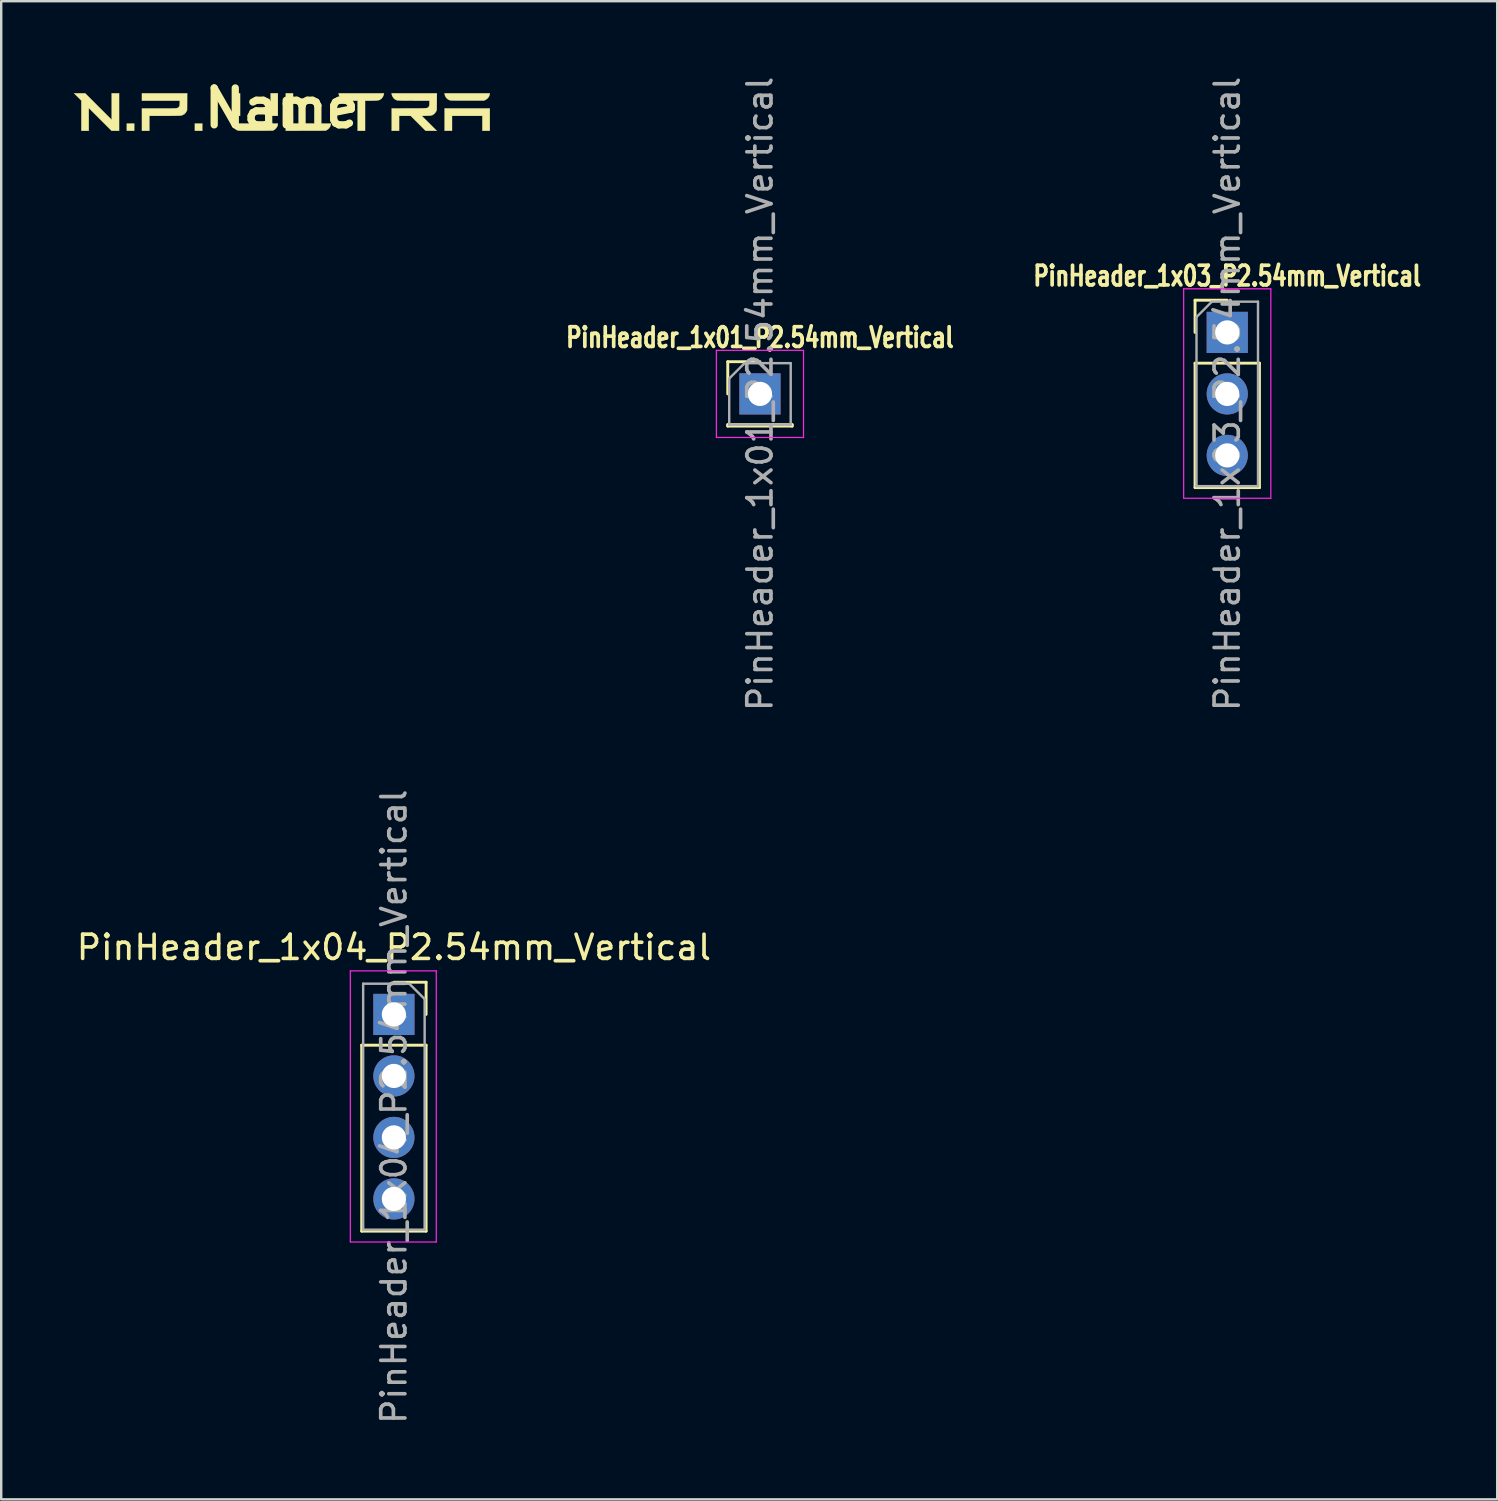
<source format=kicad_pcb>
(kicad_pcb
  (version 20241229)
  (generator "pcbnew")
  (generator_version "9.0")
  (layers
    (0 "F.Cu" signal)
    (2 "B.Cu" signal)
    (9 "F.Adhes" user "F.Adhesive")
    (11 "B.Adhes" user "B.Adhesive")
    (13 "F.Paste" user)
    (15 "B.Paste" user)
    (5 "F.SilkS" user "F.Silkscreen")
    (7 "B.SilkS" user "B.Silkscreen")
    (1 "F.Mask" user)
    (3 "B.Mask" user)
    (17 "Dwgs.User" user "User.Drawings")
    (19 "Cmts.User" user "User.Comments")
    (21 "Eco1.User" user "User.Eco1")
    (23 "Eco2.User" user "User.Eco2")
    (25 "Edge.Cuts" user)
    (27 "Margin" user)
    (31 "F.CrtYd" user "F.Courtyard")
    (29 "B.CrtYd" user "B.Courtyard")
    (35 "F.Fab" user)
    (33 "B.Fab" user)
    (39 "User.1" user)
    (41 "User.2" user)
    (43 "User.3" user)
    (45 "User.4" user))
  (footprint "PinHeader_1x01_P2.54mm_Vertical"
    (layer "F.Cu")
    (at 28.34 13.22)
    (property "Reference" "PinHeader_1x01_P2.54mm_Vertical" (at 0 -2.33 0) (layer "F.SilkS") (effects (font (size 0.813 0.61) (thickness 0.152))))
    (attr through_hole)
    (fp_line (start -1.33 -1.33) (end 0 -1.33) (stroke (width 0.12) (type solid)) (layer "F.SilkS"))
    (fp_line (start -1.33 0) (end -1.33 -1.33) (stroke (width 0.12) (type solid)) (layer "F.SilkS"))
    (fp_line (start -1.33 1.27) (end -1.33 1.33) (stroke (width 0.12) (type solid)) (layer "F.SilkS"))
    (fp_line (start -1.33 1.27) (end 1.33 1.27) (stroke (width 0.12) (type solid)) (layer "F.SilkS"))
    (fp_line (start -1.33 1.33) (end 1.33 1.33) (stroke (width 0.12) (type solid)) (layer "F.SilkS"))
    (fp_line (start 1.33 1.27) (end 1.33 1.33) (stroke (width 0.12) (type solid)) (layer "F.SilkS"))
    (fp_line (start -1.8 -1.8) (end -1.8 1.8) (stroke (width 0.05) (type solid)) (layer "F.CrtYd"))
    (fp_line (start -1.8 1.8) (end 1.8 1.8) (stroke (width 0.05) (type solid)) (layer "F.CrtYd"))
    (fp_line (start 1.8 -1.8) (end -1.8 -1.8) (stroke (width 0.05) (type solid)) (layer "F.CrtYd"))
    (fp_line (start 1.8 1.8) (end 1.8 -1.8) (stroke (width 0.05) (type solid)) (layer "F.CrtYd"))
    (fp_line (start -1.27 -0.635) (end -0.635 -1.27) (stroke (width 0.1) (type solid)) (layer "F.Fab"))
    (fp_line (start -1.27 1.27) (end -1.27 -0.635) (stroke (width 0.1) (type solid)) (layer "F.Fab"))
    (fp_line (start -0.635 -1.27) (end 1.27 -1.27) (stroke (width 0.1) (type solid)) (layer "F.Fab"))
    (fp_line (start 1.27 -1.27) (end 1.27 1.27) (stroke (width 0.1) (type solid)) (layer "F.Fab"))
    (fp_line (start 1.27 1.27) (end -1.27 1.27) (stroke (width 0.1) (type solid)) (layer "F.Fab"))
    (fp_text user "${REFERENCE}" (at 0 0 90) (layer "F.Fab") (effects (font (size 1 1) (thickness 0.15))))
    (pad "1" thru_hole rect (at 0 0) (size 1.7 1.7) (drill 1) (layers "*.Cu" "*.Mask")))
  (footprint "Name"
    (layer "F.Cu")
    (at 8.591 1.418)
    (property "Reference" "Name" (at 0 0 0) (layer "F.SilkS") (effects (font (size 1.524 1.524) (thickness 0.3))))
    (attr through_hole)
    (fp_poly (pts (xy -6.096 0.934) (xy -6.404 0.934) (xy -6.404 0.635) (xy -6.096 0.635) (xy -6.096 0.934)) (stroke (width 0.01) (type solid)) (fill yes) (layer "F.SilkS"))
    (fp_poly (pts (xy -3.284 0.934) (xy -3.592 0.934) (xy -3.592 0.635) (xy -3.284 0.635) (xy -3.284 0.934)) (stroke (width 0.01) (type solid)) (fill yes) (layer "F.SilkS"))
    (fp_poly (pts (xy -0.163 0.318) (xy -0.463 0.318) (xy -0.463 -0.617) (xy -0.163 -0.617) (xy -0.163 0.318)) (stroke (width 0.01) (type solid)) (fill yes) (layer "F.SilkS"))
    (fp_poly (pts (xy 8.591 0.934) (xy 8.282 0.934) (xy 8.282 0.318) (xy 7.03 0.318) (xy 7.03 0.934) (xy 6.722 0.934) (xy 6.722 0.009) (xy 8.591 0.009) (xy 8.591 0.934)) (stroke (width 0.01) (type solid)) (fill yes) (layer "F.SilkS"))
    (fp_poly (pts (xy 0.465 0.007) (xy 0.467 0.63) (xy 2.029 0.635) (xy 2.022 0.681) (xy 2.002 0.75) (xy 1.966 0.812) (xy 1.916 0.865) (xy 1.856 0.906) (xy 1.81 0.93) (xy 0.163 0.935) (xy 0.163 -0.617) (xy 0.463 -0.617) (xy 0.465 0.007)) (stroke (width 0.01) (type solid)) (fill yes) (layer "F.SilkS"))
    (fp_poly (pts (xy -7.577 -0.07) (xy -7.03 0.476) (xy -7.03 -0.617) (xy -6.722 -0.617) (xy -6.722 0.934) (xy -7.035 0.934) (xy -7.504 0.465) (xy -7.974 -0.004) (xy -7.974 0.934) (xy -8.282 0.934) (xy -8.282 -0.313) (xy -8.434 -0.465) (xy -8.586 -0.617) (xy -8.124 -0.617) (xy -7.577 -0.07)) (stroke (width 0.01) (type solid)) (fill yes) (layer "F.SilkS"))
    (fp_poly (pts (xy -1.724 0.318) (xy -1.872 0.318) (xy -1.922 0.317) (xy -1.965 0.316) (xy -1.999 0.315) (xy -2.021 0.313) (xy -2.026 0.311) (xy -2.027 0.301) (xy -2.028 0.275) (xy -2.029 0.234) (xy -2.03 0.18) (xy -2.031 0.115) (xy -2.031 0.04) (xy -2.032 -0.042) (xy -2.032 -0.131) (xy -2.032 -0.156) (xy -2.032 -0.617) (xy -1.724 -0.617) (xy -1.724 0.318)) (stroke (width 0.01) (type solid)) (fill yes) (layer "F.SilkS"))
    (fp_poly (pts (xy 8.587 -0.574) (xy 8.569 -0.508) (xy 8.536 -0.448) (xy 8.488 -0.394) (xy 8.428 -0.351) (xy 8.402 -0.337) (xy 8.35 -0.313) (xy 7.684 -0.312) (xy 7.574 -0.311) (xy 7.469 -0.312) (xy 7.37 -0.312) (xy 7.278 -0.312) (xy 7.196 -0.313) (xy 7.124 -0.314) (xy 7.064 -0.314) (xy 7.018 -0.315) (xy 6.987 -0.317) (xy 6.973 -0.318) (xy 6.906 -0.338) (xy 6.846 -0.374) (xy 6.808 -0.409) (xy 6.765 -0.465) (xy 6.737 -0.526) (xy 6.726 -0.574) (xy 6.72 -0.617) (xy 8.593 -0.617) (xy 8.587 -0.574)) (stroke (width 0.01) (type solid)) (fill yes) (layer "F.SilkS"))
    (fp_poly (pts (xy -0.163 0.661) (xy -0.171 0.713) (xy -0.194 0.767) (xy -0.229 0.819) (xy -0.272 0.865) (xy -0.323 0.901) (xy -0.33 0.905) (xy -0.376 0.93) (xy -1.084 0.932) (xy -1.214 0.932) (xy -1.327 0.932) (xy -1.425 0.932) (xy -1.508 0.932) (xy -1.578 0.932) (xy -1.637 0.932) (xy -1.684 0.931) (xy -1.723 0.93) (xy -1.753 0.929) (xy -1.777 0.928) (xy -1.796 0.926) (xy -1.81 0.924) (xy -1.821 0.921) (xy -1.831 0.918) (xy -1.839 0.915) (xy -1.897 0.884) (xy -1.947 0.838) (xy -1.987 0.781) (xy -2.014 0.717) (xy -2.022 0.68) (xy -2.029 0.635) (xy -0.163 0.635) (xy -0.163 0.661)) (stroke (width 0.01) (type solid)) (fill yes) (layer "F.SilkS"))
    (fp_poly (pts (xy 4.214 -0.578) (xy 4.201 -0.53) (xy 4.178 -0.479) (xy 4.149 -0.432) (xy 4.118 -0.396) (xy 4.116 -0.394) (xy 4.088 -0.372) (xy 4.061 -0.353) (xy 4.032 -0.339) (xy 4 -0.328) (xy 3.961 -0.32) (xy 3.914 -0.314) (xy 3.856 -0.311) (xy 3.785 -0.309) (xy 3.699 -0.308) (xy 3.672 -0.308) (xy 3.438 -0.308) (xy 3.438 0.934) (xy 3.13 0.934) (xy 3.13 -0.307) (xy 2.86 -0.31) (xy 2.782 -0.311) (xy 2.72 -0.312) (xy 2.672 -0.314) (xy 2.635 -0.315) (xy 2.607 -0.317) (xy 2.585 -0.32) (xy 2.567 -0.324) (xy 2.552 -0.329) (xy 2.538 -0.334) (xy 2.481 -0.366) (xy 2.43 -0.411) (xy 2.39 -0.466) (xy 2.363 -0.526) (xy 2.352 -0.572) (xy 2.347 -0.617) (xy 4.22 -0.617) (xy 4.214 -0.578)) (stroke (width 0.01) (type solid)) (fill yes) (layer "F.SilkS"))
    (fp_poly (pts (xy -3.914 0.086) (xy -3.939 0.137) (xy -3.98 0.2) (xy -4.032 0.249) (xy -4.096 0.285) (xy -4.169 0.307) (xy -4.179 0.308) (xy -4.2 0.31) (xy -4.237 0.311) (xy -4.289 0.313) (xy -4.355 0.314) (xy -4.434 0.315) (xy -4.523 0.316) (xy -4.621 0.317) (xy -4.728 0.317) (xy -4.841 0.317) (xy -4.855 0.317) (xy -5.47 0.318) (xy -5.47 0.934) (xy -5.779 0.934) (xy -5.779 0.009) (xy -5.064 0.009) (xy -4.933 0.009) (xy -4.819 0.009) (xy -4.721 0.009) (xy -4.636 0.008) (xy -4.566 0.008) (xy -4.507 0.007) (xy -4.459 0.006) (xy -4.42 0.005) (xy -4.389 0.004) (xy -4.366 0.003) (xy -4.348 0.001) (xy -4.335 -0.001) (xy -4.325 -0.004) (xy -4.317 -0.007) (xy -4.313 -0.008) (xy -4.277 -0.028) (xy -4.251 -0.052) (xy -4.234 -0.083) (xy -4.223 -0.124) (xy -4.219 -0.178) (xy -4.218 -0.214) (xy -4.218 -0.308) (xy -5.779 -0.308) (xy -5.779 -0.617) (xy -3.909 -0.617) (xy -3.914 0.086)) (stroke (width 0.01) (type solid)) (fill yes) (layer "F.SilkS"))
    (fp_poly (pts (xy 6.403 -0.27) (xy 6.4 0.077) (xy 6.374 0.132) (xy 6.339 0.189) (xy 6.291 0.239) (xy 6.236 0.277) (xy 6.207 0.291) (xy 6.187 0.298) (xy 6.166 0.303) (xy 6.141 0.307) (xy 6.109 0.31) (xy 6.067 0.313) (xy 6.012 0.314) (xy 5.97 0.315) (xy 5.785 0.32) (xy 6.093 0.627) (xy 6.4 0.934) (xy 5.937 0.934) (xy 5.629 0.626) (xy 5.32 0.318) (xy 4.844 0.318) (xy 4.844 0.934) (xy 4.536 0.934) (xy 4.536 0.009) (xy 5.259 0.007) (xy 5.394 0.007) (xy 5.512 0.006) (xy 5.614 0.006) (xy 5.701 0.005) (xy 5.775 0.004) (xy 5.837 0.003) (xy 5.889 0.002) (xy 5.93 -0.001) (xy 5.963 -0.003) (xy 5.989 -0.007) (xy 6.009 -0.011) (xy 6.024 -0.017) (xy 6.035 -0.023) (xy 6.043 -0.031) (xy 6.051 -0.04) (xy 6.058 -0.05) (xy 6.066 -0.06) (xy 6.077 -0.076) (xy 6.084 -0.091) (xy 6.089 -0.109) (xy 6.092 -0.135) (xy 6.094 -0.173) (xy 6.094 -0.201) (xy 6.098 -0.308) (xy 5.473 -0.308) (xy 5.361 -0.309) (xy 5.254 -0.309) (xy 5.155 -0.31) (xy 5.065 -0.31) (xy 4.985 -0.311) (xy 4.917 -0.313) (xy 4.863 -0.314) (xy 4.823 -0.315) (xy 4.799 -0.317) (xy 4.795 -0.317) (xy 4.758 -0.326) (xy 4.721 -0.337) (xy 4.704 -0.344) (xy 4.65 -0.38) (xy 4.603 -0.429) (xy 4.567 -0.487) (xy 4.544 -0.55) (xy 4.539 -0.575) (xy 4.533 -0.617) (xy 6.405 -0.617) (xy 6.403 -0.27)) (stroke (width 0.01) (type solid)) (fill yes) (layer "F.SilkS")))
  (footprint "PinHeader_1x03_P2.54mm_Vertical"
    (layer "F.Cu")
    (at 47.641 10.68)
    (property "Reference" "PinHeader_1x03_P2.54mm_Vertical" (at 0 -2.33 0) (layer "F.SilkS") (effects (font (size 0.813 0.61) (thickness 0.152))))
    (attr through_hole)
    (fp_line (start -1.33 -1.33) (end 0 -1.33) (stroke (width 0.12) (type solid)) (layer "F.SilkS"))
    (fp_line (start -1.33 0) (end -1.33 -1.33) (stroke (width 0.12) (type solid)) (layer "F.SilkS"))
    (fp_line (start -1.33 1.27) (end -1.33 6.41) (stroke (width 0.12) (type solid)) (layer "F.SilkS"))
    (fp_line (start -1.33 1.27) (end 1.33 1.27) (stroke (width 0.12) (type solid)) (layer "F.SilkS"))
    (fp_line (start -1.33 6.41) (end 1.33 6.41) (stroke (width 0.12) (type solid)) (layer "F.SilkS"))
    (fp_line (start 1.33 1.27) (end 1.33 6.41) (stroke (width 0.12) (type solid)) (layer "F.SilkS"))
    (fp_line (start -1.8 -1.8) (end -1.8 6.85) (stroke (width 0.05) (type solid)) (layer "F.CrtYd"))
    (fp_line (start -1.8 6.85) (end 1.8 6.85) (stroke (width 0.05) (type solid)) (layer "F.CrtYd"))
    (fp_line (start 1.8 -1.8) (end -1.8 -1.8) (stroke (width 0.05) (type solid)) (layer "F.CrtYd"))
    (fp_line (start 1.8 6.85) (end 1.8 -1.8) (stroke (width 0.05) (type solid)) (layer "F.CrtYd"))
    (fp_line (start -1.27 -0.635) (end -0.635 -1.27) (stroke (width 0.1) (type solid)) (layer "F.Fab"))
    (fp_line (start -1.27 6.35) (end -1.27 -0.635) (stroke (width 0.1) (type solid)) (layer "F.Fab"))
    (fp_line (start -0.635 -1.27) (end 1.27 -1.27) (stroke (width 0.1) (type solid)) (layer "F.Fab"))
    (fp_line (start 1.27 -1.27) (end 1.27 6.35) (stroke (width 0.1) (type solid)) (layer "F.Fab"))
    (fp_line (start 1.27 6.35) (end -1.27 6.35) (stroke (width 0.1) (type solid)) (layer "F.Fab"))
    (fp_text user "${REFERENCE}" (at 0 2.54 90) (layer "F.Fab") (effects (font (size 1 1) (thickness 0.15))))
    (pad "1" thru_hole rect (at 0 0) (size 1.7 1.7) (drill 1) (layers "*.Cu" "*.Mask"))
    (pad "2" thru_hole oval (at 0 2.54) (size 1.7 1.7) (drill 1) (layers "*.Cu" "*.Mask"))
    (pad "3" thru_hole oval (at 0 5.08) (size 1.7 1.7) (drill 1) (layers "*.Cu" "*.Mask")))
  (footprint "PinHeader_1x04_P2.54mm_Vertical"
    (layer "F.Cu")
    (at 13.22 38.851)
    (property "Reference" "PinHeader_1x04_P2.54mm_Vertical" (at 0 -2.77 0) (layer "F.SilkS") (effects (font (size 1 1) (thickness 0.15))))
    (attr through_hole)
    (fp_line (start -1.33 1.27) (end -1.33 8.95) (stroke (width 0.12) (type solid)) (layer "F.SilkS"))
    (fp_line (start -1.33 1.27) (end 1.33 1.27) (stroke (width 0.12) (type solid)) (layer "F.SilkS"))
    (fp_line (start -1.33 8.95) (end 1.33 8.95) (stroke (width 0.12) (type solid)) (layer "F.SilkS"))
    (fp_line (start 0 -1.33) (end 1.33 -1.33) (stroke (width 0.12) (type solid)) (layer "F.SilkS"))
    (fp_line (start 1.33 -1.33) (end 1.33 0) (stroke (width 0.12) (type solid)) (layer "F.SilkS"))
    (fp_line (start 1.33 1.27) (end 1.33 8.95) (stroke (width 0.12) (type solid)) (layer "F.SilkS"))
    (fp_line (start -1.8 -1.8) (end 1.75 -1.8) (stroke (width 0.05) (type solid)) (layer "F.CrtYd"))
    (fp_line (start -1.8 9.4) (end -1.8 -1.8) (stroke (width 0.05) (type solid)) (layer "F.CrtYd"))
    (fp_line (start 1.75 -1.8) (end 1.75 9.4) (stroke (width 0.05) (type solid)) (layer "F.CrtYd"))
    (fp_line (start 1.75 9.4) (end -1.8 9.4) (stroke (width 0.05) (type solid)) (layer "F.CrtYd"))
    (fp_line (start -1.27 -1.27) (end 0.635 -1.27) (stroke (width 0.1) (type solid)) (layer "F.Fab"))
    (fp_line (start -1.27 8.89) (end -1.27 -1.27) (stroke (width 0.1) (type solid)) (layer "F.Fab"))
    (fp_line (start 0.635 -1.27) (end 1.27 -0.635) (stroke (width 0.1) (type solid)) (layer "F.Fab"))
    (fp_line (start 1.27 -0.635) (end 1.27 8.89) (stroke (width 0.1) (type solid)) (layer "F.Fab"))
    (fp_line (start 1.27 8.89) (end -1.27 8.89) (stroke (width 0.1) (type solid)) (layer "F.Fab"))
    (fp_text user "${REFERENCE}" (at 0 3.81 90) (layer "F.Fab") (effects (font (size 1 1) (thickness 0.15))))
    (pad "1" thru_hole rect (at 0 0) (size 1.7 1.7) (drill 1) (layers "*.Cu" "*.Mask"))
    (pad "2" thru_hole oval (at 0 2.54) (size 1.7 1.7) (drill 1) (layers "*.Cu" "*.Mask"))
    (pad "3" thru_hole oval (at 0 5.08) (size 1.7 1.7) (drill 1) (layers "*.Cu" "*.Mask"))
    (pad "4" thru_hole oval (at 0 7.62) (size 1.7 1.7) (drill 1) (layers "*.Cu" "*.Mask")))
  (gr_rect
    (start -3 -3)
    (end 58.791 58.881)
    (stroke (width 0.1) (type default))
    (fill no)
    (layer "Edge.Cuts")))
</source>
